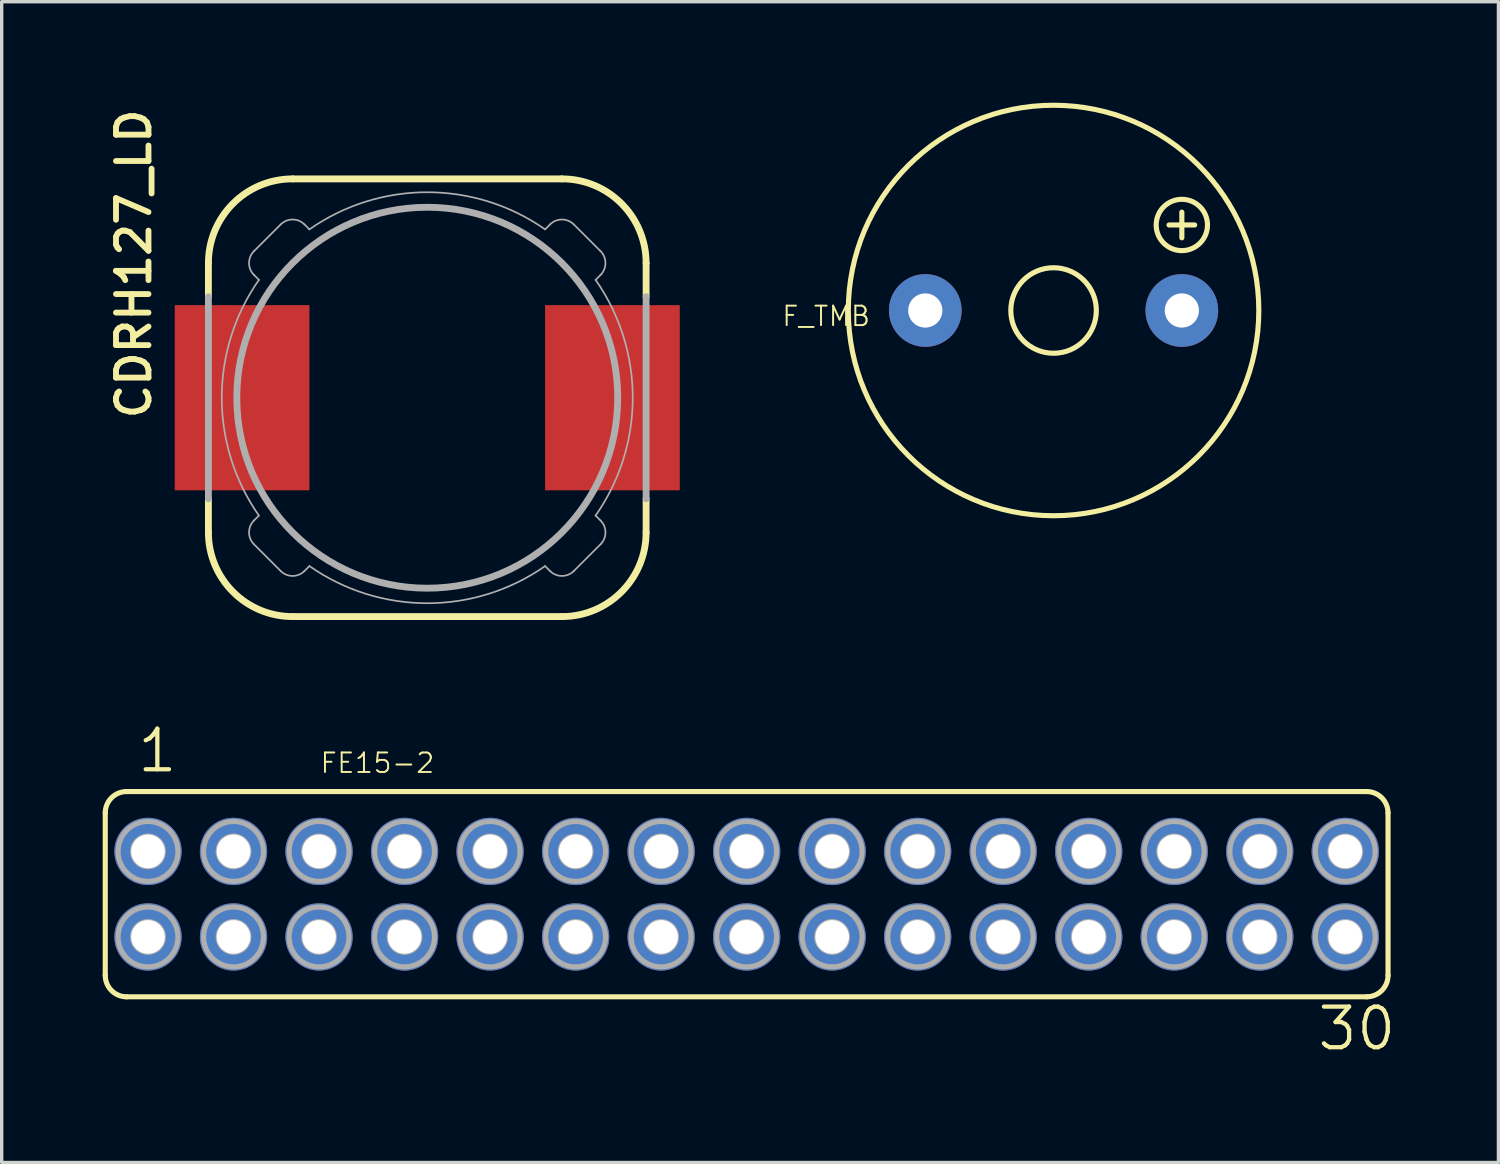
<source format=kicad_pcb>
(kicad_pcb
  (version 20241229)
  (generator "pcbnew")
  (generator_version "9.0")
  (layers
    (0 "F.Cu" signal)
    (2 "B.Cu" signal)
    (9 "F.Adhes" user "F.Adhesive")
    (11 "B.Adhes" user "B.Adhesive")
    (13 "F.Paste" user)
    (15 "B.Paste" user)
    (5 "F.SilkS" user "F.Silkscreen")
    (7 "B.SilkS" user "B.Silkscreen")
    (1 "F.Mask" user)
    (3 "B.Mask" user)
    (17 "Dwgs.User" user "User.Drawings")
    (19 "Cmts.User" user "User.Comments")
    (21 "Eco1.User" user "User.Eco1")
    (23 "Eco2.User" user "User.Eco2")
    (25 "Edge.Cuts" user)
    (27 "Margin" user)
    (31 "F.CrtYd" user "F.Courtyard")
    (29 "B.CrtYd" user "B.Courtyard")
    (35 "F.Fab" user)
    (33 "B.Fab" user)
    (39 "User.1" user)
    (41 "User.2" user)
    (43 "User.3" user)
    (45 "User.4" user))
  (footprint "FE15-2"
    (layer "F.Cu")
    (at 19.126 23.508)
    (property "Reference" "FE15-2" (at -12.7 -3.556 0) (layer "F.SilkS") (effects (font (size 0.579 0.579) (thickness 0.058)) (justify left bottom)))
    (attr through_hole)
    (fp_line (start -19.05 2.413) (end -19.05 -2.413) (stroke (width 0.152) (type solid)) (layer "F.SilkS"))
    (fp_line (start -18.415 -3.048) (end 18.415 -3.048) (stroke (width 0.152) (type solid)) (layer "F.SilkS"))
    (fp_line (start -18.415 3.048) (end 18.415 3.048) (stroke (width 0.152) (type solid)) (layer "F.SilkS"))
    (fp_line (start 19.05 2.413) (end 19.05 -2.413) (stroke (width 0.152) (type solid)) (layer "F.SilkS"))
    (fp_arc (start -19.05 -2.413) (mid -18.864013 -2.862013) (end -18.415 -3.048) (stroke (width 0.1524) (type solid)) (layer "F.SilkS"))
    (fp_arc (start -18.415 3.048) (mid -18.864013 2.862013) (end -19.05 2.413) (stroke (width 0.1524) (type solid)) (layer "F.SilkS"))
    (fp_arc (start 18.415 -3.048) (mid 18.864013 -2.862013) (end 19.05 -2.413) (stroke (width 0.1524) (type solid)) (layer "F.SilkS"))
    (fp_arc (start 19.05 2.413) (mid 18.864013 2.862013) (end 18.415 3.048) (stroke (width 0.1524) (type solid)) (layer "F.SilkS"))
    (fp_circle (center -17.78 -1.27) (end -17.653 -1.27) (stroke (width 0.406) (type solid)) (fill no) (layer "F.Fab"))
    (fp_circle (center -17.78 -1.27) (end -16.891 -1.27) (stroke (width 0.152) (type solid)) (fill no) (layer "F.Fab"))
    (fp_circle (center -17.78 1.27) (end -17.653 1.27) (stroke (width 0.406) (type solid)) (fill no) (layer "F.Fab"))
    (fp_circle (center -17.78 1.27) (end -16.891 1.27) (stroke (width 0.152) (type solid)) (fill no) (layer "F.Fab"))
    (fp_circle (center -15.24 -1.27) (end -15.113 -1.27) (stroke (width 0.406) (type solid)) (fill no) (layer "F.Fab"))
    (fp_circle (center -15.24 -1.27) (end -14.351 -1.27) (stroke (width 0.152) (type solid)) (fill no) (layer "F.Fab"))
    (fp_circle (center -15.24 1.27) (end -15.113 1.27) (stroke (width 0.406) (type solid)) (fill no) (layer "F.Fab"))
    (fp_circle (center -15.24 1.27) (end -14.351 1.27) (stroke (width 0.152) (type solid)) (fill no) (layer "F.Fab"))
    (fp_circle (center -12.7 -1.27) (end -12.573 -1.27) (stroke (width 0.406) (type solid)) (fill no) (layer "F.Fab"))
    (fp_circle (center -12.7 -1.27) (end -11.811 -1.27) (stroke (width 0.152) (type solid)) (fill no) (layer "F.Fab"))
    (fp_circle (center -12.7 1.27) (end -12.573 1.27) (stroke (width 0.406) (type solid)) (fill no) (layer "F.Fab"))
    (fp_circle (center -12.7 1.27) (end -11.811 1.27) (stroke (width 0.152) (type solid)) (fill no) (layer "F.Fab"))
    (fp_circle (center -10.16 -1.27) (end -10.033 -1.27) (stroke (width 0.406) (type solid)) (fill no) (layer "F.Fab"))
    (fp_circle (center -10.16 -1.27) (end -9.271 -1.27) (stroke (width 0.152) (type solid)) (fill no) (layer "F.Fab"))
    (fp_circle (center -10.16 1.27) (end -10.033 1.27) (stroke (width 0.406) (type solid)) (fill no) (layer "F.Fab"))
    (fp_circle (center -10.16 1.27) (end -9.271 1.27) (stroke (width 0.152) (type solid)) (fill no) (layer "F.Fab"))
    (fp_circle (center -7.62 -1.27) (end -7.493 -1.27) (stroke (width 0.406) (type solid)) (fill no) (layer "F.Fab"))
    (fp_circle (center -7.62 -1.27) (end -6.731 -1.27) (stroke (width 0.152) (type solid)) (fill no) (layer "F.Fab"))
    (fp_circle (center -7.62 1.27) (end -7.493 1.27) (stroke (width 0.406) (type solid)) (fill no) (layer "F.Fab"))
    (fp_circle (center -7.62 1.27) (end -6.731 1.27) (stroke (width 0.152) (type solid)) (fill no) (layer "F.Fab"))
    (fp_circle (center -5.08 -1.27) (end -4.953 -1.27) (stroke (width 0.406) (type solid)) (fill no) (layer "F.Fab"))
    (fp_circle (center -5.08 -1.27) (end -4.191 -1.27) (stroke (width 0.152) (type solid)) (fill no) (layer "F.Fab"))
    (fp_circle (center -5.08 1.27) (end -4.953 1.27) (stroke (width 0.406) (type solid)) (fill no) (layer "F.Fab"))
    (fp_circle (center -5.08 1.27) (end -4.191 1.27) (stroke (width 0.152) (type solid)) (fill no) (layer "F.Fab"))
    (fp_circle (center -2.54 -1.27) (end -2.413 -1.27) (stroke (width 0.406) (type solid)) (fill no) (layer "F.Fab"))
    (fp_circle (center -2.54 -1.27) (end -1.651 -1.27) (stroke (width 0.152) (type solid)) (fill no) (layer "F.Fab"))
    (fp_circle (center -2.54 1.27) (end -2.413 1.27) (stroke (width 0.406) (type solid)) (fill no) (layer "F.Fab"))
    (fp_circle (center -2.54 1.27) (end -1.651 1.27) (stroke (width 0.152) (type solid)) (fill no) (layer "F.Fab"))
    (fp_circle (center 0 -1.27) (end 0.127 -1.27) (stroke (width 0.406) (type solid)) (fill no) (layer "F.Fab"))
    (fp_circle (center 0 -1.27) (end 0.889 -1.27) (stroke (width 0.152) (type solid)) (fill no) (layer "F.Fab"))
    (fp_circle (center 0 1.27) (end 0.127 1.27) (stroke (width 0.406) (type solid)) (fill no) (layer "F.Fab"))
    (fp_circle (center 0 1.27) (end 0.889 1.27) (stroke (width 0.152) (type solid)) (fill no) (layer "F.Fab"))
    (fp_circle (center 2.54 -1.27) (end 2.667 -1.27) (stroke (width 0.406) (type solid)) (fill no) (layer "F.Fab"))
    (fp_circle (center 2.54 -1.27) (end 3.429 -1.27) (stroke (width 0.152) (type solid)) (fill no) (layer "F.Fab"))
    (fp_circle (center 2.54 1.27) (end 2.667 1.27) (stroke (width 0.406) (type solid)) (fill no) (layer "F.Fab"))
    (fp_circle (center 2.54 1.27) (end 3.429 1.27) (stroke (width 0.152) (type solid)) (fill no) (layer "F.Fab"))
    (fp_circle (center 5.08 -1.27) (end 5.207 -1.27) (stroke (width 0.406) (type solid)) (fill no) (layer "F.Fab"))
    (fp_circle (center 5.08 -1.27) (end 5.969 -1.27) (stroke (width 0.152) (type solid)) (fill no) (layer "F.Fab"))
    (fp_circle (center 5.08 1.27) (end 5.207 1.27) (stroke (width 0.406) (type solid)) (fill no) (layer "F.Fab"))
    (fp_circle (center 5.08 1.27) (end 5.969 1.27) (stroke (width 0.152) (type solid)) (fill no) (layer "F.Fab"))
    (fp_circle (center 7.62 -1.27) (end 7.747 -1.27) (stroke (width 0.406) (type solid)) (fill no) (layer "F.Fab"))
    (fp_circle (center 7.62 -1.27) (end 8.509 -1.27) (stroke (width 0.152) (type solid)) (fill no) (layer "F.Fab"))
    (fp_circle (center 7.62 1.27) (end 7.747 1.27) (stroke (width 0.406) (type solid)) (fill no) (layer "F.Fab"))
    (fp_circle (center 7.62 1.27) (end 8.509 1.27) (stroke (width 0.152) (type solid)) (fill no) (layer "F.Fab"))
    (fp_circle (center 10.16 -1.27) (end 10.287 -1.27) (stroke (width 0.406) (type solid)) (fill no) (layer "F.Fab"))
    (fp_circle (center 10.16 -1.27) (end 11.049 -1.27) (stroke (width 0.152) (type solid)) (fill no) (layer "F.Fab"))
    (fp_circle (center 10.16 1.27) (end 10.287 1.27) (stroke (width 0.406) (type solid)) (fill no) (layer "F.Fab"))
    (fp_circle (center 10.16 1.27) (end 11.049 1.27) (stroke (width 0.152) (type solid)) (fill no) (layer "F.Fab"))
    (fp_circle (center 12.7 -1.27) (end 12.827 -1.27) (stroke (width 0.406) (type solid)) (fill no) (layer "F.Fab"))
    (fp_circle (center 12.7 -1.27) (end 13.589 -1.27) (stroke (width 0.152) (type solid)) (fill no) (layer "F.Fab"))
    (fp_circle (center 12.7 1.27) (end 12.827 1.27) (stroke (width 0.406) (type solid)) (fill no) (layer "F.Fab"))
    (fp_circle (center 12.7 1.27) (end 13.589 1.27) (stroke (width 0.152) (type solid)) (fill no) (layer "F.Fab"))
    (fp_circle (center 15.24 -1.27) (end 15.367 -1.27) (stroke (width 0.406) (type solid)) (fill no) (layer "F.Fab"))
    (fp_circle (center 15.24 -1.27) (end 16.129 -1.27) (stroke (width 0.152) (type solid)) (fill no) (layer "F.Fab"))
    (fp_circle (center 15.24 1.27) (end 15.367 1.27) (stroke (width 0.406) (type solid)) (fill no) (layer "F.Fab"))
    (fp_circle (center 15.24 1.27) (end 16.129 1.27) (stroke (width 0.152) (type solid)) (fill no) (layer "F.Fab"))
    (fp_circle (center 17.78 -1.27) (end 17.907 -1.27) (stroke (width 0.406) (type solid)) (fill no) (layer "F.Fab"))
    (fp_circle (center 17.78 -1.27) (end 18.669 -1.27) (stroke (width 0.152) (type solid)) (fill no) (layer "F.Fab"))
    (fp_circle (center 17.78 1.27) (end 17.907 1.27) (stroke (width 0.406) (type solid)) (fill no) (layer "F.Fab"))
    (fp_circle (center 17.78 1.27) (end 18.669 1.27) (stroke (width 0.152) (type solid)) (fill no) (layer "F.Fab"))
    (fp_text user "30" (at 16.891 4.699 0) (layer "F.SilkS") (effects (font (size 1.206 1.206) (thickness 0.127)) (justify left bottom)))
    (fp_text user "1" (at -18.161 -3.556 0) (layer "F.SilkS") (effects (font (size 1.206 1.206) (thickness 0.127)) (justify left bottom)))
    (pad "1" thru_hole circle (at -17.78 -1.27) (size 2 2) (drill 1) (layers "*.Cu" "*.Mask"))
    (pad "2" thru_hole circle (at -17.78 1.27) (size 2 2) (drill 1) (layers "*.Cu" "*.Mask"))
    (pad "3" thru_hole circle (at -15.24 -1.27) (size 2 2) (drill 1) (layers "*.Cu" "*.Mask"))
    (pad "4" thru_hole circle (at -15.24 1.27) (size 2 2) (drill 1) (layers "*.Cu" "*.Mask"))
    (pad "5" thru_hole circle (at -12.7 -1.27) (size 2 2) (drill 1) (layers "*.Cu" "*.Mask"))
    (pad "6" thru_hole circle (at -12.7 1.27) (size 2 2) (drill 1) (layers "*.Cu" "*.Mask"))
    (pad "7" thru_hole circle (at -10.16 -1.27) (size 2 2) (drill 1) (layers "*.Cu" "*.Mask"))
    (pad "8" thru_hole circle (at -10.16 1.27) (size 2 2) (drill 1) (layers "*.Cu" "*.Mask"))
    (pad "9" thru_hole circle (at -7.62 -1.27) (size 2 2) (drill 1) (layers "*.Cu" "*.Mask"))
    (pad "10" thru_hole circle (at -7.62 1.27) (size 2 2) (drill 1) (layers "*.Cu" "*.Mask"))
    (pad "11" thru_hole circle (at -5.08 -1.27) (size 2 2) (drill 1) (layers "*.Cu" "*.Mask"))
    (pad "12" thru_hole circle (at -5.08 1.27) (size 2 2) (drill 1) (layers "*.Cu" "*.Mask"))
    (pad "13" thru_hole circle (at -2.54 -1.27) (size 2 2) (drill 1) (layers "*.Cu" "*.Mask"))
    (pad "14" thru_hole circle (at -2.54 1.27) (size 2 2) (drill 1) (layers "*.Cu" "*.Mask"))
    (pad "15" thru_hole circle (at 0 -1.27) (size 2 2) (drill 1) (layers "*.Cu" "*.Mask"))
    (pad "16" thru_hole circle (at 0 1.27) (size 2 2) (drill 1) (layers "*.Cu" "*.Mask"))
    (pad "17" thru_hole circle (at 2.54 -1.27) (size 2 2) (drill 1) (layers "*.Cu" "*.Mask"))
    (pad "18" thru_hole circle (at 2.54 1.27) (size 2 2) (drill 1) (layers "*.Cu" "*.Mask"))
    (pad "19" thru_hole circle (at 5.08 -1.27) (size 2 2) (drill 1) (layers "*.Cu" "*.Mask"))
    (pad "20" thru_hole circle (at 5.08 1.27) (size 2 2) (drill 1) (layers "*.Cu" "*.Mask"))
    (pad "21" thru_hole circle (at 7.62 -1.27) (size 2 2) (drill 1) (layers "*.Cu" "*.Mask"))
    (pad "22" thru_hole circle (at 7.62 1.27) (size 2 2) (drill 1) (layers "*.Cu" "*.Mask"))
    (pad "23" thru_hole circle (at 10.16 -1.27) (size 2 2) (drill 1) (layers "*.Cu" "*.Mask"))
    (pad "24" thru_hole circle (at 10.16 1.27) (size 2 2) (drill 1) (layers "*.Cu" "*.Mask"))
    (pad "25" thru_hole circle (at 12.7 -1.27) (size 2 2) (drill 1) (layers "*.Cu" "*.Mask"))
    (pad "26" thru_hole circle (at 12.7 1.27) (size 2 2) (drill 1) (layers "*.Cu" "*.Mask"))
    (pad "27" thru_hole circle (at 15.24 -1.27) (size 2 2) (drill 1) (layers "*.Cu" "*.Mask"))
    (pad "28" thru_hole circle (at 15.24 1.27) (size 2 2) (drill 1) (layers "*.Cu" "*.Mask"))
    (pad "29" thru_hole circle (at 17.78 -1.27) (size 2 2) (drill 1) (layers "*.Cu" "*.Mask"))
    (pad "30" thru_hole circle (at 17.78 1.27) (size 2 2) (drill 1) (layers "*.Cu" "*.Mask")))
  (footprint "F_TMB"
    (layer "F.Cu")
    (at 28.242 6.172)
    (property "Reference" "F_TMB" (at -8.103 0.508 0) (layer "F.SilkS") (effects (font (size 0.579 0.579) (thickness 0.058)) (justify left bottom)))
    (attr through_hole)
    (fp_line (start 3.429 -2.54) (end 4.191 -2.54) (stroke (width 0.152) (type solid)) (layer "F.SilkS"))
    (fp_line (start 3.81 -2.159) (end 3.81 -2.921) (stroke (width 0.152) (type solid)) (layer "F.SilkS"))
    (fp_circle (center 0 0) (end 1.27 0) (stroke (width 0.152) (type solid)) (fill no) (layer "F.SilkS"))
    (fp_circle (center 0 0) (end 6.096 0) (stroke (width 0.152) (type solid)) (fill no) (layer "F.SilkS"))
    (fp_circle (center 3.81 -2.54) (end 4.572 -2.54) (stroke (width 0.152) (type solid)) (fill no) (layer "F.SilkS"))
    (pad "+" thru_hole circle (at 3.81 0) (size 2.159 2.159) (drill 1.016) (layers "*.Cu" "*.Mask"))
    (pad "-" thru_hole circle (at -3.81 0) (size 2.159 2.159) (drill 1.016) (layers "*.Cu" "*.Mask")))
  (footprint "CDRH127_LD"
    (layer "F.Cu")
    (at 9.64 8.763)
    (property "Reference" "CDRH127_LD" (at -8.153 0.711 90) (layer "F.SilkS") (effects (font (size 0.965 0.965) (thickness 0.174)) (justify left bottom)))
    (attr through_hole)
    (fp_line (start -6.5 -3) (end -6.5 -4) (stroke (width 0.203) (type solid)) (layer "F.SilkS"))
    (fp_line (start -6.5 4) (end -6.5 3) (stroke (width 0.203) (type solid)) (layer "F.SilkS"))
    (fp_line (start -4 -6.5) (end 4 -6.5) (stroke (width 0.203) (type solid)) (layer "F.SilkS"))
    (fp_line (start 4 6.5) (end -4 6.5) (stroke (width 0.203) (type solid)) (layer "F.SilkS"))
    (fp_line (start 6.5 -4) (end 6.5 -3) (stroke (width 0.203) (type solid)) (layer "F.SilkS"))
    (fp_line (start 6.5 3) (end 6.5 4) (stroke (width 0.203) (type solid)) (layer "F.SilkS"))
    (fp_arc (start -6.5 -4) (mid -5.767767 -5.767767) (end -4 -6.5) (stroke (width 0.2032) (type solid)) (layer "F.SilkS"))
    (fp_arc (start -4 6.5) (mid -5.767767 5.767767) (end -6.5 4) (stroke (width 0.2032) (type solid)) (layer "F.SilkS"))
    (fp_arc (start 4 -6.5) (mid 5.767767 -5.767767) (end 6.5 -4) (stroke (width 0.2032) (type solid)) (layer "F.SilkS"))
    (fp_arc (start 6.5 4) (mid 5.767767 5.767767) (end 4 6.5) (stroke (width 0.2032) (type solid)) (layer "F.SilkS"))
    (fp_line (start -6.5 3) (end -6.5 -3) (stroke (width 0.203) (type solid)) (layer "F.Fab"))
    (fp_line (start -5.146 -3.646) (end -5 -3.5) (stroke (width 0.051) (type solid)) (layer "F.Fab"))
    (fp_line (start -5.146 4.354) (end -4.354 5.146) (stroke (width 0.051) (type solid)) (layer "F.Fab"))
    (fp_line (start -5 3.5) (end -5.146 3.646) (stroke (width 0.051) (type solid)) (layer "F.Fab"))
    (fp_line (start -4.354 -5.146) (end -5.146 -4.354) (stroke (width 0.051) (type solid)) (layer "F.Fab"))
    (fp_line (start -3.646 5.146) (end -3.5 5) (stroke (width 0.051) (type solid)) (layer "F.Fab"))
    (fp_line (start -3.5 -5) (end -3.646 -5.146) (stroke (width 0.051) (type solid)) (layer "F.Fab"))
    (fp_line (start 3.5 5) (end 3.646 5.146) (stroke (width 0.051) (type solid)) (layer "F.Fab"))
    (fp_line (start 3.646 -5.146) (end 3.5 -5) (stroke (width 0.051) (type solid)) (layer "F.Fab"))
    (fp_line (start 4.354 5.146) (end 5.146 4.354) (stroke (width 0.051) (type solid)) (layer "F.Fab"))
    (fp_line (start 5 -3.5) (end 5.146 -3.646) (stroke (width 0.051) (type solid)) (layer "F.Fab"))
    (fp_line (start 5.146 -4.354) (end 4.354 -5.146) (stroke (width 0.051) (type solid)) (layer "F.Fab"))
    (fp_line (start 5.146 3.646) (end 5 3.5) (stroke (width 0.051) (type solid)) (layer "F.Fab"))
    (fp_line (start 6.5 -3) (end 6.5 3) (stroke (width 0.203) (type solid)) (layer "F.Fab"))
    (fp_arc (start -5.1464 -3.6464) (mid -5.292866 -4) (end -5.1464 -4.3536) (stroke (width 0.0508) (type solid)) (layer "F.Fab"))
    (fp_arc (start -5.1464 4.3536) (mid -5.292866 4) (end -5.1464 3.6464) (stroke (width 0.0508) (type solid)) (layer "F.Fab"))
    (fp_arc (start -5 3.5) (mid -6.103278 0) (end -5 -3.5) (stroke (width 0.0508) (type solid)) (layer "F.Fab"))
    (fp_arc (start -4.3536 -5.1464) (mid -4 -5.292866) (end -3.6464 -5.1464) (stroke (width 0.0508) (type solid)) (layer "F.Fab"))
    (fp_arc (start -3.6464 5.1464) (mid -4 5.292866) (end -4.3536 5.1464) (stroke (width 0.0508) (type solid)) (layer "F.Fab"))
    (fp_arc (start -3.5 -5) (mid 0 -6.103278) (end 3.5 -5) (stroke (width 0.0508) (type solid)) (layer "F.Fab"))
    (fp_arc (start 3.5 5) (mid 0 6.103278) (end -3.5 5) (stroke (width 0.0508) (type solid)) (layer "F.Fab"))
    (fp_arc (start 3.6464 -5.1464) (mid 4 -5.292866) (end 4.3536 -5.1464) (stroke (width 0.0508) (type solid)) (layer "F.Fab"))
    (fp_arc (start 4.3536 5.1464) (mid 4 5.292866) (end 3.6464 5.1464) (stroke (width 0.0508) (type solid)) (layer "F.Fab"))
    (fp_arc (start 5 -3.5) (mid 6.103278 0) (end 5 3.5) (stroke (width 0.0508) (type solid)) (layer "F.Fab"))
    (fp_arc (start 5.1464 -4.3536) (mid 5.292866 -4) (end 5.1464 -3.6464) (stroke (width 0.0508) (type solid)) (layer "F.Fab"))
    (fp_arc (start 5.1464 3.6464) (mid 5.292866 4) (end 5.1464 4.3536) (stroke (width 0.0508) (type solid)) (layer "F.Fab"))
    (fp_circle (center 0 0) (end 5.657 0) (stroke (width 0.203) (type solid)) (fill no) (layer "F.Fab"))
    (pad "1" smd rect (at -5.5 0 90) (size 5.5 4) (layers "F.Cu" "F.Mask" "F.Paste"))
    (pad "2" smd rect (at 5.5 0 90) (size 5.5 4) (layers "F.Cu" "F.Mask" "F.Paste")))
  (gr_rect
    (start -3 -3)
    (end 41.455 31.477)
    (stroke (width 0.1) (type default))
    (fill no)
    (layer "Edge.Cuts")))
</source>
